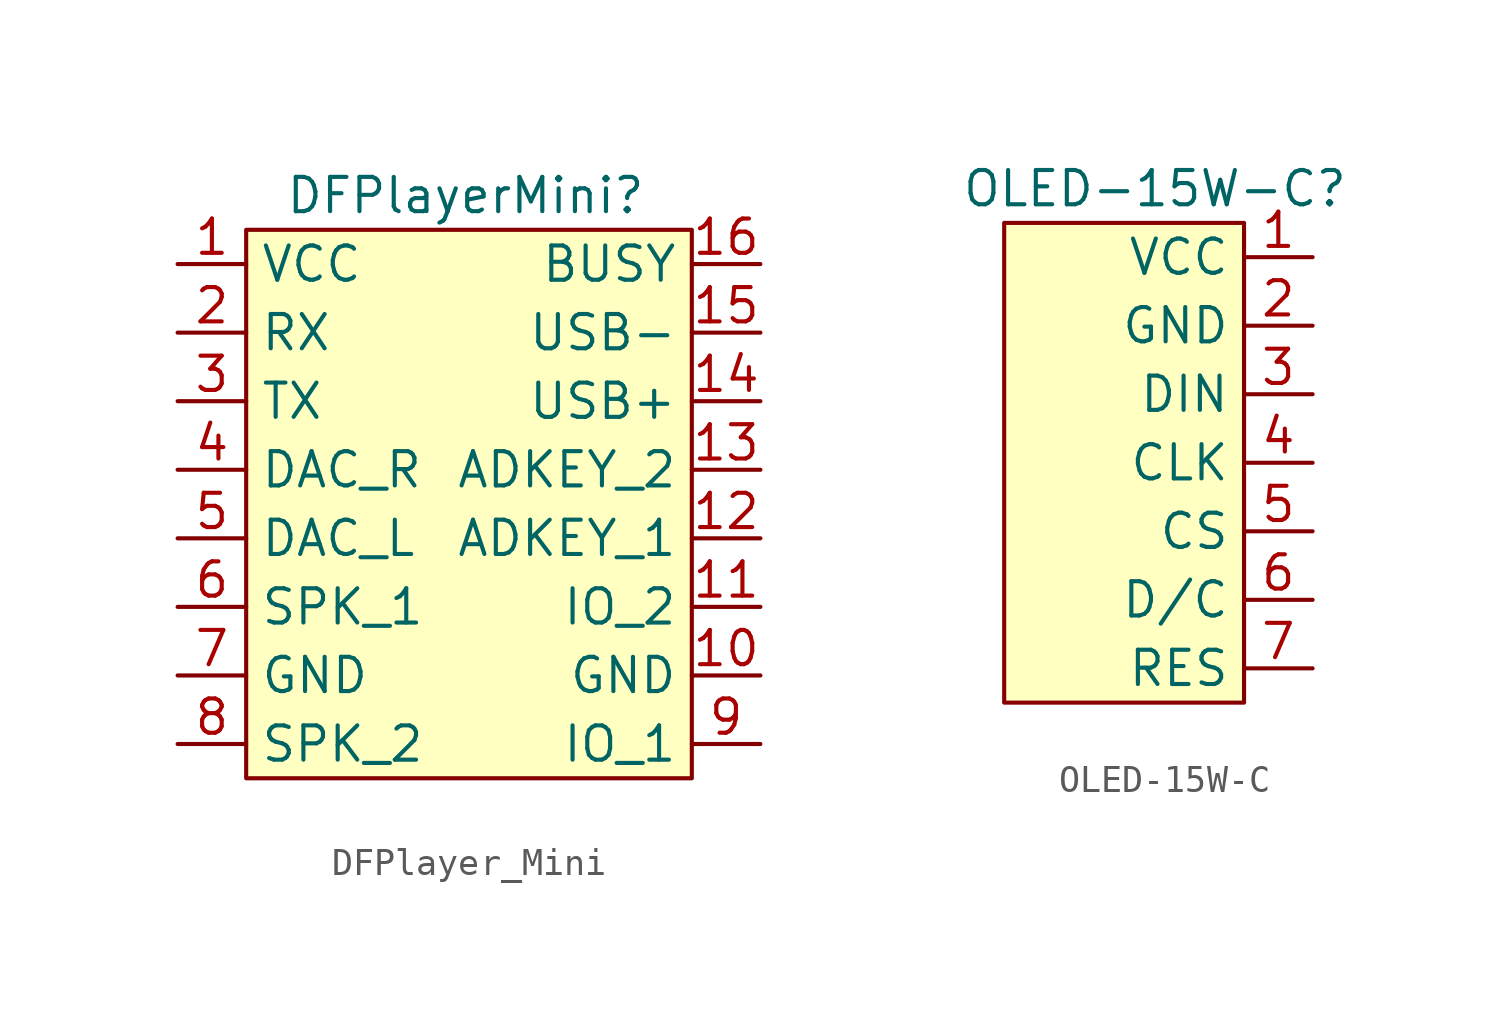
<source format=kicad_sym>
(kicad_symbol_lib
  (version 20231120)
  (generator "kicad_symbol_editor")
  (generator_version "8.0")
  (symbol "DFPlayer_Mini"
    (property "Reference" "DFPlayerMini"
      (at 1.778 8.89 0)
      (effects (font (size 1.27 1.27))))
    (property "Value" ""
      (at -3.81 0 0)
      (effects (font (size 1.27 1.27))))
    (symbol "DFPlayer_Mini_1_1"
      (rectangle (start -6.35 7.62) (end 10.16 -12.7) (stroke (width 0) (type default)) (fill (type background)))
      (pin input line (at -8.89 6.35 0) (length 2.54) (name "VCC" (effects (font (size 1.27 1.27)))) (number "1" (effects (font (size 1.27 1.27)))))
      (pin input line (at 12.7 -8.89 180) (length 2.54) (name "GND" (effects (font (size 1.27 1.27)))) (number "10" (effects (font (size 1.27 1.27)))))
      (pin input line (at 12.7 -6.35 180) (length 2.54) (name "IO_2" (effects (font (size 1.27 1.27)))) (number "11" (effects (font (size 1.27 1.27)))))
      (pin input line (at 12.7 -3.81 180) (length 2.54) (name "ADKEY_1" (effects (font (size 1.27 1.27)))) (number "12" (effects (font (size 1.27 1.27)))))
      (pin input line (at 12.7 -1.27 180) (length 2.54) (name "ADKEY_2" (effects (font (size 1.27 1.27)))) (number "13" (effects (font (size 1.27 1.27)))))
      (pin input line (at 12.7 1.27 180) (length 2.54) (name "USB+" (effects (font (size 1.27 1.27)))) (number "14" (effects (font (size 1.27 1.27)))))
      (pin input line (at 12.7 3.81 180) (length 2.54) (name "USB-" (effects (font (size 1.27 1.27)))) (number "15" (effects (font (size 1.27 1.27)))))
      (pin input line (at 12.7 6.35 180) (length 2.54) (name "BUSY" (effects (font (size 1.27 1.27)))) (number "16" (effects (font (size 1.27 1.27)))))
      (pin input line (at -8.89 3.81 0) (length 2.54) (name "RX" (effects (font (size 1.27 1.27)))) (number "2" (effects (font (size 1.27 1.27)))))
      (pin input line (at -8.89 1.27 0) (length 2.54) (name "TX" (effects (font (size 1.27 1.27)))) (number "3" (effects (font (size 1.27 1.27)))))
      (pin input line (at -8.89 -1.27 0) (length 2.54) (name "DAC_R" (effects (font (size 1.27 1.27)))) (number "4" (effects (font (size 1.27 1.27)))))
      (pin input line (at -8.89 -3.81 0) (length 2.54) (name "DAC_L" (effects (font (size 1.27 1.27)))) (number "5" (effects (font (size 1.27 1.27)))))
      (pin input line (at -8.89 -6.35 0) (length 2.54) (name "SPK_1" (effects (font (size 1.27 1.27)))) (number "6" (effects (font (size 1.27 1.27)))))
      (pin input line (at -8.89 -8.89 0) (length 2.54) (name "GND" (effects (font (size 1.27 1.27)))) (number "7" (effects (font (size 1.27 1.27)))))
      (pin input line (at -8.89 -11.43 0) (length 2.54) (name "SPK_2" (effects (font (size 1.27 1.27)))) (number "8" (effects (font (size 1.27 1.27)))))
      (pin input line (at 12.7 -11.43 180) (length 2.54) (name "IO_1" (effects (font (size 1.27 1.27)))) (number "9" (effects (font (size 1.27 1.27)))))))
  (symbol "OLED-15W-C"
    (property "Reference" "OLED-15W-C"
      (at 1.778 8.89 0)
      (effects (font (size 1.27 1.27))))
    (property "Value" ""
      (at 8.89 5.08 0)
      (effects (font (size 1.27 1.27))))
    (symbol "OLED-15W-C_1_1"
      (rectangle (start -3.81 7.62) (end 5.08 -10.16) (stroke (width 0) (type default)) (fill (type background)))
      (pin input line (at 7.62 6.35 180) (length 2.54) (name "VCC" (effects (font (size 1.27 1.27)))) (number "1" (effects (font (size 1.27 1.27)))))
      (pin input line (at 7.62 3.81 180) (length 2.54) (name "GND" (effects (font (size 1.27 1.27)))) (number "2" (effects (font (size 1.27 1.27)))))
      (pin input line (at 7.62 1.27 180) (length 2.54) (name "DIN" (effects (font (size 1.27 1.27)))) (number "3" (effects (font (size 1.27 1.27)))))
      (pin input line (at 7.62 -1.27 180) (length 2.54) (name "CLK" (effects (font (size 1.27 1.27)))) (number "4" (effects (font (size 1.27 1.27)))))
      (pin input line (at 7.62 -3.81 180) (length 2.54) (name "CS" (effects (font (size 1.27 1.27)))) (number "5" (effects (font (size 1.27 1.27)))))
      (pin input line (at 7.62 -6.35 180) (length 2.54) (name "D/C" (effects (font (size 1.27 1.27)))) (number "6" (effects (font (size 1.27 1.27)))))
      (pin input line (at 7.62 -8.89 180) (length 2.54) (name "RES" (effects (font (size 1.27 1.27)))) (number "7" (effects (font (size 1.27 1.27))))))))
</source>
